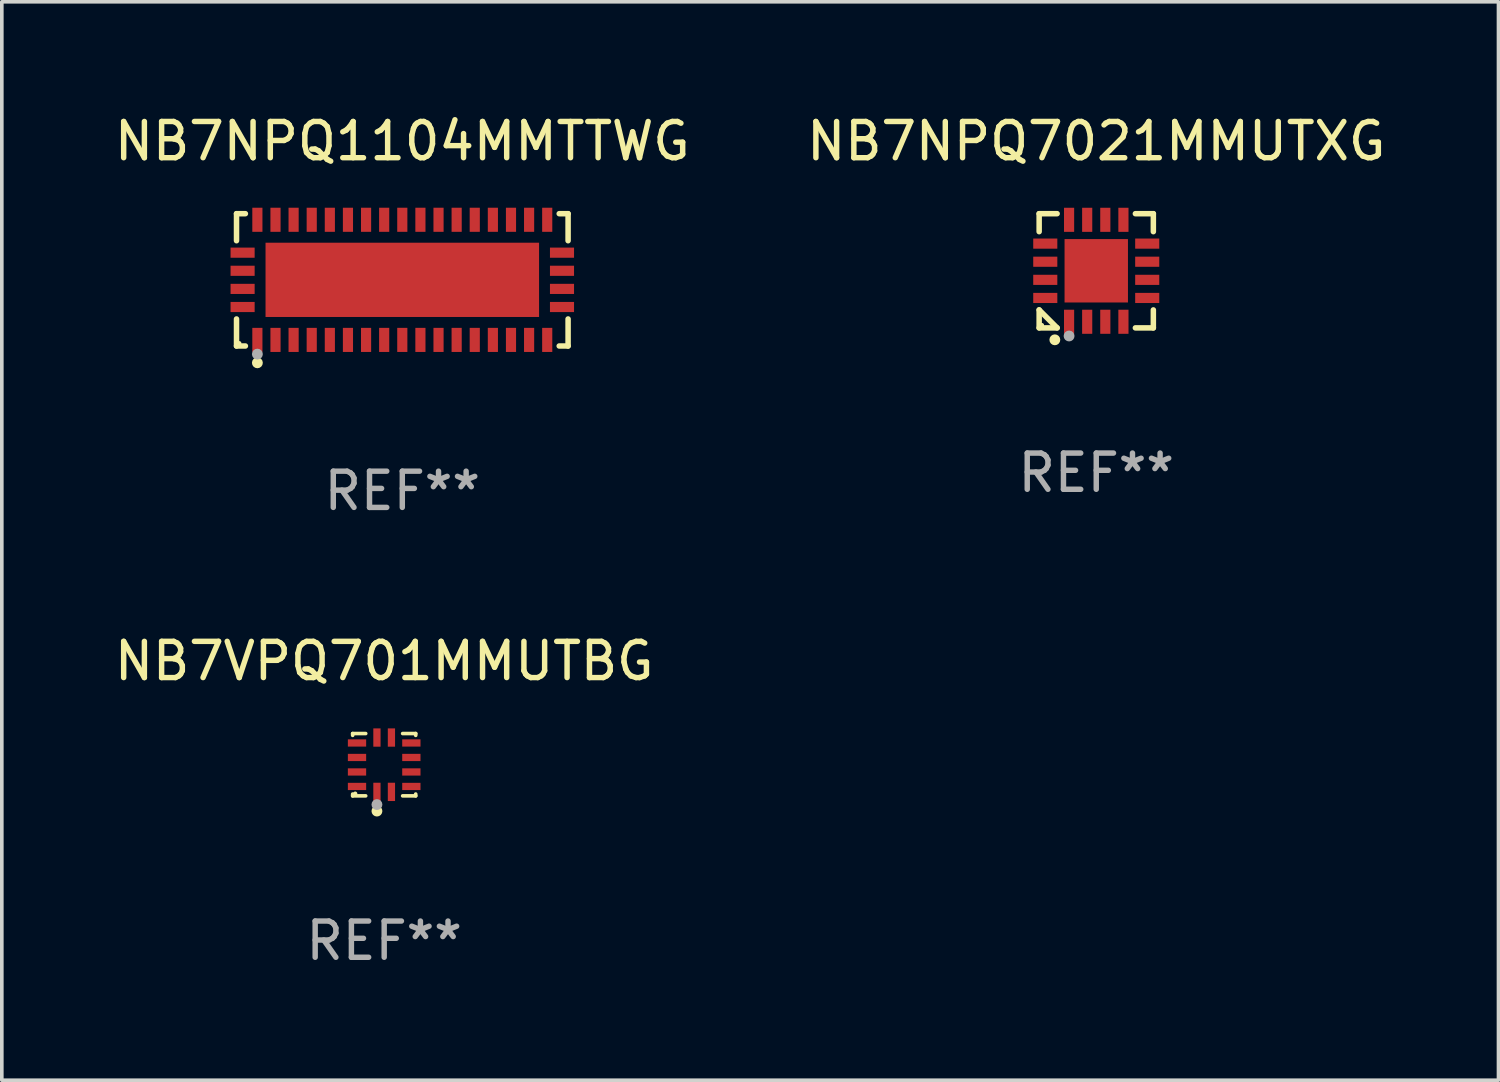
<source format=kicad_pcb>
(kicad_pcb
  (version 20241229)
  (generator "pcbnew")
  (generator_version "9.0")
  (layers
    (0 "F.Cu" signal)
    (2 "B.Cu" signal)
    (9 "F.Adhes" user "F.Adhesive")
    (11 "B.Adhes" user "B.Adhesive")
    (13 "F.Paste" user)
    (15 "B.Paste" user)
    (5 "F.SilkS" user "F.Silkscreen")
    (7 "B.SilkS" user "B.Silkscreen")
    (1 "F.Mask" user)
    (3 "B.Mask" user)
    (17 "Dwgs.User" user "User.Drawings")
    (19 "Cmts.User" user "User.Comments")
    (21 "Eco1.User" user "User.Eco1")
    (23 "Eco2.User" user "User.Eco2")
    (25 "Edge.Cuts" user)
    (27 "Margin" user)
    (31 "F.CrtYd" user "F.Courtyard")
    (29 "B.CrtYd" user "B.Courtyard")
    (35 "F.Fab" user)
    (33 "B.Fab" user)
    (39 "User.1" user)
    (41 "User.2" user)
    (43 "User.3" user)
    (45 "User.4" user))
  (footprint "NB7NPQ1104MMTTWG"
    (layer "F.Cu")
    (at 8.054 4.674)
    (property "Reference" "NB7NPQ1104MMTTWG" (at 0 -3.826 0) (layer "F.SilkS") (effects (font (size 1 1) (thickness 0.15))))
    (attr through_hole)
    (fp_line (start -4.576 -1.826) (end -4.331 -1.826) (stroke (width 0.152) (type solid)) (layer "F.SilkS"))
    (fp_line (start -4.576 -1.08) (end -4.576 -1.826) (stroke (width 0.152) (type solid)) (layer "F.SilkS"))
    (fp_line (start -4.576 1.08) (end -4.576 1.826) (stroke (width 0.152) (type solid)) (layer "F.SilkS"))
    (fp_line (start -4.576 1.826) (end -4.331 1.826) (stroke (width 0.152) (type solid)) (layer "F.SilkS"))
    (fp_line (start 4.576 -1.826) (end 4.331 -1.826) (stroke (width 0.152) (type solid)) (layer "F.SilkS"))
    (fp_line (start 4.576 -1.08) (end 4.576 -1.826) (stroke (width 0.152) (type solid)) (layer "F.SilkS"))
    (fp_line (start 4.576 1.08) (end 4.576 1.826) (stroke (width 0.152) (type solid)) (layer "F.SilkS"))
    (fp_line (start 4.576 1.826) (end 4.331 1.826) (stroke (width 0.152) (type solid)) (layer "F.SilkS"))
    (fp_circle (center -4.5 1.75) (end -4.47 1.75) (stroke (width 0.06) (type solid)) (fill no) (layer "F.SilkS"))
    (fp_circle (center -4 2.29) (end -3.925 2.29) (stroke (width 0.15) (type solid)) (fill no) (layer "F.SilkS"))
    (fp_circle (center -4 2.05) (end -3.925 2.05) (stroke (width 0.15) (type solid)) (fill no) (layer "F.Fab"))
    (fp_text user "REF**" (at 0 5.826 0) (layer "F.Fab") (effects (font (size 1 1) (thickness 0.15))))
    (pad "1" smd rect (at -4 1.658) (size 0.28 0.665) (layers "F.Cu" "F.Mask" "F.Paste"))
    (pad "2" smd rect (at -3.5 1.658) (size 0.28 0.665) (layers "F.Cu" "F.Mask" "F.Paste"))
    (pad "3" smd rect (at -3 1.658) (size 0.28 0.665) (layers "F.Cu" "F.Mask" "F.Paste"))
    (pad "4" smd rect (at -2.5 1.658) (size 0.28 0.665) (layers "F.Cu" "F.Mask" "F.Paste"))
    (pad "5" smd rect (at -2 1.658) (size 0.28 0.665) (layers "F.Cu" "F.Mask" "F.Paste"))
    (pad "6" smd rect (at -1.5 1.658) (size 0.28 0.665) (layers "F.Cu" "F.Mask" "F.Paste"))
    (pad "7" smd rect (at -1 1.658) (size 0.28 0.665) (layers "F.Cu" "F.Mask" "F.Paste"))
    (pad "8" smd rect (at -0.5 1.658) (size 0.28 0.665) (layers "F.Cu" "F.Mask" "F.Paste"))
    (pad "9" smd rect (at 0 1.658) (size 0.28 0.665) (layers "F.Cu" "F.Mask" "F.Paste"))
    (pad "10" smd rect (at 0.5 1.658) (size 0.28 0.665) (layers "F.Cu" "F.Mask" "F.Paste"))
    (pad "11" smd rect (at 1 1.658) (size 0.28 0.665) (layers "F.Cu" "F.Mask" "F.Paste"))
    (pad "12" smd rect (at 1.5 1.658) (size 0.28 0.665) (layers "F.Cu" "F.Mask" "F.Paste"))
    (pad "13" smd rect (at 2 1.658) (size 0.28 0.665) (layers "F.Cu" "F.Mask" "F.Paste"))
    (pad "14" smd rect (at 2.5 1.658) (size 0.28 0.665) (layers "F.Cu" "F.Mask" "F.Paste"))
    (pad "15" smd rect (at 3 1.658) (size 0.28 0.665) (layers "F.Cu" "F.Mask" "F.Paste"))
    (pad "16" smd rect (at 3.5 1.658) (size 0.28 0.665) (layers "F.Cu" "F.Mask" "F.Paste"))
    (pad "17" smd rect (at 4 1.658) (size 0.28 0.665) (layers "F.Cu" "F.Mask" "F.Paste"))
    (pad "18" smd rect (at 4.408 0.75) (size 0.665 0.28) (layers "F.Cu" "F.Mask" "F.Paste"))
    (pad "19" smd rect (at 4.408 0.25) (size 0.665 0.28) (layers "F.Cu" "F.Mask" "F.Paste"))
    (pad "20" smd rect (at 4.408 -0.25) (size 0.665 0.28) (layers "F.Cu" "F.Mask" "F.Paste"))
    (pad "21" smd rect (at 4.408 -0.75) (size 0.665 0.28) (layers "F.Cu" "F.Mask" "F.Paste"))
    (pad "22" smd rect (at 4 -1.658) (size 0.28 0.665) (layers "F.Cu" "F.Mask" "F.Paste"))
    (pad "23" smd rect (at 3.5 -1.658) (size 0.28 0.665) (layers "F.Cu" "F.Mask" "F.Paste"))
    (pad "24" smd rect (at 3 -1.658) (size 0.28 0.665) (layers "F.Cu" "F.Mask" "F.Paste"))
    (pad "25" smd rect (at 2.5 -1.658) (size 0.28 0.665) (layers "F.Cu" "F.Mask" "F.Paste"))
    (pad "26" smd rect (at 2 -1.658) (size 0.28 0.665) (layers "F.Cu" "F.Mask" "F.Paste"))
    (pad "27" smd rect (at 1.5 -1.658) (size 0.28 0.665) (layers "F.Cu" "F.Mask" "F.Paste"))
    (pad "28" smd rect (at 1 -1.658) (size 0.28 0.665) (layers "F.Cu" "F.Mask" "F.Paste"))
    (pad "29" smd rect (at 0.5 -1.658) (size 0.28 0.665) (layers "F.Cu" "F.Mask" "F.Paste"))
    (pad "30" smd rect (at 0 -1.658) (size 0.28 0.665) (layers "F.Cu" "F.Mask" "F.Paste"))
    (pad "31" smd rect (at -0.5 -1.658) (size 0.28 0.665) (layers "F.Cu" "F.Mask" "F.Paste"))
    (pad "32" smd rect (at -1 -1.658) (size 0.28 0.665) (layers "F.Cu" "F.Mask" "F.Paste"))
    (pad "33" smd rect (at -1.5 -1.658) (size 0.28 0.665) (layers "F.Cu" "F.Mask" "F.Paste"))
    (pad "34" smd rect (at -2 -1.658) (size 0.28 0.665) (layers "F.Cu" "F.Mask" "F.Paste"))
    (pad "35" smd rect (at -2.5 -1.658) (size 0.28 0.665) (layers "F.Cu" "F.Mask" "F.Paste"))
    (pad "36" smd rect (at -3 -1.658) (size 0.28 0.665) (layers "F.Cu" "F.Mask" "F.Paste"))
    (pad "37" smd rect (at -3.5 -1.658) (size 0.28 0.665) (layers "F.Cu" "F.Mask" "F.Paste"))
    (pad "38" smd rect (at -4 -1.658) (size 0.28 0.665) (layers "F.Cu" "F.Mask" "F.Paste"))
    (pad "39" smd rect (at -4.408 -0.75) (size 0.665 0.28) (layers "F.Cu" "F.Mask" "F.Paste"))
    (pad "40" smd rect (at -4.408 -0.25) (size 0.665 0.28) (layers "F.Cu" "F.Mask" "F.Paste"))
    (pad "41" smd rect (at -4.408 0.25) (size 0.665 0.28) (layers "F.Cu" "F.Mask" "F.Paste"))
    (pad "42" smd rect (at -4.408 0.75) (size 0.665 0.28) (layers "F.Cu" "F.Mask" "F.Paste"))
    (pad "43" smd rect (at 0 0) (size 7.55 2.05) (layers "F.Cu" "F.Mask" "F.Paste")))
  (footprint "NB7NPQ7021MMUTXG"
    (layer "F.Cu")
    (at 27.208 4.424)
    (property "Reference" "NB7NPQ7021MMUTXG" (at 0 -3.576 0) (layer "F.SilkS") (effects (font (size 1 1) (thickness 0.15))))
    (attr through_hole)
    (fp_line (start -1.576 -1.576) (end -1.08 -1.576) (stroke (width 0.152) (type solid)) (layer "F.SilkS"))
    (fp_line (start -1.576 -1.08) (end -1.576 -1.576) (stroke (width 0.152) (type solid)) (layer "F.SilkS"))
    (fp_line (start -1.576 1.08) (end -1.576 1.576) (stroke (width 0.152) (type solid)) (layer "F.SilkS"))
    (fp_line (start -1.576 1.576) (end -1.08 1.576) (stroke (width 0.152) (type solid)) (layer "F.SilkS"))
    (fp_line (start -1.08 1.576) (end -1.576 1.08) (stroke (width 0.152) (type solid)) (layer "F.SilkS"))
    (fp_line (start 1.576 -1.576) (end 1.08 -1.576) (stroke (width 0.152) (type solid)) (layer "F.SilkS"))
    (fp_line (start 1.576 -1.08) (end 1.576 -1.576) (stroke (width 0.152) (type solid)) (layer "F.SilkS"))
    (fp_line (start 1.576 1.08) (end 1.576 1.576) (stroke (width 0.152) (type solid)) (layer "F.SilkS"))
    (fp_line (start 1.576 1.576) (end 1.08 1.576) (stroke (width 0.152) (type solid)) (layer "F.SilkS"))
    (fp_circle (center -1.5 1.5) (end -1.47 1.5) (stroke (width 0.06) (type solid)) (fill no) (layer "F.SilkS"))
    (fp_circle (center -1.143 1.905) (end -1.068 1.905) (stroke (width 0.15) (type solid)) (fill no) (layer "F.SilkS"))
    (fp_circle (center -0.75 1.8) (end -0.675 1.8) (stroke (width 0.15) (type solid)) (fill no) (layer "F.Fab"))
    (fp_text user "REF**" (at 0 5.576 0) (layer "F.Fab") (effects (font (size 1 1) (thickness 0.15))))
    (pad "1" smd rect (at -0.75 1.407) (size 0.28 0.665) (layers "F.Cu" "F.Mask" "F.Paste"))
    (pad "2" smd rect (at -0.25 1.407) (size 0.28 0.665) (layers "F.Cu" "F.Mask" "F.Paste"))
    (pad "3" smd rect (at 0.25 1.407) (size 0.28 0.665) (layers "F.Cu" "F.Mask" "F.Paste"))
    (pad "4" smd rect (at 0.75 1.407) (size 0.28 0.665) (layers "F.Cu" "F.Mask" "F.Paste"))
    (pad "5" smd rect (at 1.407 0.75) (size 0.665 0.28) (layers "F.Cu" "F.Mask" "F.Paste"))
    (pad "6" smd rect (at 1.407 0.25) (size 0.665 0.28) (layers "F.Cu" "F.Mask" "F.Paste"))
    (pad "7" smd rect (at 1.407 -0.25) (size 0.665 0.28) (layers "F.Cu" "F.Mask" "F.Paste"))
    (pad "8" smd rect (at 1.407 -0.75) (size 0.665 0.28) (layers "F.Cu" "F.Mask" "F.Paste"))
    (pad "9" smd rect (at 0.75 -1.407) (size 0.28 0.665) (layers "F.Cu" "F.Mask" "F.Paste"))
    (pad "10" smd rect (at 0.25 -1.407) (size 0.28 0.665) (layers "F.Cu" "F.Mask" "F.Paste"))
    (pad "11" smd rect (at -0.25 -1.407) (size 0.28 0.665) (layers "F.Cu" "F.Mask" "F.Paste"))
    (pad "12" smd rect (at -0.75 -1.407) (size 0.28 0.665) (layers "F.Cu" "F.Mask" "F.Paste"))
    (pad "13" smd rect (at -1.407 -0.75) (size 0.665 0.28) (layers "F.Cu" "F.Mask" "F.Paste"))
    (pad "14" smd rect (at -1.407 -0.25) (size 0.665 0.28) (layers "F.Cu" "F.Mask" "F.Paste"))
    (pad "15" smd rect (at -1.407 0.25) (size 0.665 0.28) (layers "F.Cu" "F.Mask" "F.Paste"))
    (pad "16" smd rect (at -1.407 0.75) (size 0.665 0.28) (layers "F.Cu" "F.Mask" "F.Paste"))
    (pad "17" smd rect (at 0 0) (size 1.75 1.75) (layers "F.Cu" "F.Mask" "F.Paste")))
  (footprint "NB7VPQ701MMUTBG"
    (layer "F.Cu")
    (at 7.554 18.057)
    (property "Reference" "NB7VPQ701MMUTBG" (at 0 -2.86 0) (layer "F.SilkS") (effects (font (size 1 1) (thickness 0.15))))
    (attr through_hole)
    (fp_line (start -0.87 0.86) (end -0.87 0.81) (stroke (width 0.1) (type solid)) (layer "F.SilkS"))
    (fp_line (start -0.87 -0.86) (end -0.87 -0.81) (stroke (width 0.1) (type solid)) (layer "F.SilkS"))
    (fp_line (start -0.87 -0.86) (end -0.51 -0.86) (stroke (width 0.1) (type solid)) (layer "F.SilkS"))
    (fp_line (start -0.87 0.86) (end -0.51 0.86) (stroke (width 0.1) (type solid)) (layer "F.SilkS"))
    (fp_line (start 0.87 -0.86) (end 0.51 -0.86) (stroke (width 0.1) (type solid)) (layer "F.SilkS"))
    (fp_line (start 0.87 0.86) (end 0.51 0.86) (stroke (width 0.1) (type solid)) (layer "F.SilkS"))
    (fp_line (start 0.87 0.86) (end 0.87 0.81) (stroke (width 0.1) (type solid)) (layer "F.SilkS"))
    (fp_line (start 0.87 -0.86) (end 0.87 -0.81) (stroke (width 0.1) (type solid)) (layer "F.SilkS"))
    (fp_circle (center -0.8 0.8) (end -0.77 0.8) (stroke (width 0.06) (type solid)) (fill no) (layer "F.SilkS"))
    (fp_circle (center -0.2 1.28) (end -0.125 1.28) (stroke (width 0.15) (type solid)) (fill no) (layer "F.SilkS"))
    (fp_circle (center -0.2 1.1) (end -0.125 1.1) (stroke (width 0.15) (type solid)) (fill no) (layer "F.Fab"))
    (fp_text user "REF**" (at 0 4.86 0) (layer "F.Fab") (effects (font (size 1 1) (thickness 0.15))))
    (pad "1" smd rect (at -0.2 0.75) (size 0.2 0.505) (layers "F.Cu" "F.Mask" "F.Paste"))
    (pad "2" smd rect (at 0.2 0.75) (size 0.2 0.505) (layers "F.Cu" "F.Mask" "F.Paste"))
    (pad "3" smd rect (at 0.75 0.6) (size 0.505 0.2) (layers "F.Cu" "F.Mask" "F.Paste"))
    (pad "4" smd rect (at 0.75 0.2) (size 0.505 0.2) (layers "F.Cu" "F.Mask" "F.Paste"))
    (pad "5" smd rect (at 0.75 -0.2) (size 0.505 0.2) (layers "F.Cu" "F.Mask" "F.Paste"))
    (pad "6" smd rect (at 0.75 -0.6) (size 0.505 0.2) (layers "F.Cu" "F.Mask" "F.Paste"))
    (pad "7" smd rect (at 0.2 -0.75) (size 0.2 0.505) (layers "F.Cu" "F.Mask" "F.Paste"))
    (pad "8" smd rect (at -0.2 -0.75) (size 0.2 0.505) (layers "F.Cu" "F.Mask" "F.Paste"))
    (pad "9" smd rect (at -0.75 -0.6) (size 0.505 0.2) (layers "F.Cu" "F.Mask" "F.Paste"))
    (pad "10" smd rect (at -0.75 -0.2) (size 0.505 0.2) (layers "F.Cu" "F.Mask" "F.Paste"))
    (pad "11" smd rect (at -0.75 0.2) (size 0.505 0.2) (layers "F.Cu" "F.Mask" "F.Paste"))
    (pad "12" smd rect (at -0.75 0.6) (size 0.505 0.2) (layers "F.Cu" "F.Mask" "F.Paste")))
  (gr_rect
    (start -3 -3)
    (end 38.31 26.765)
    (stroke (width 0.1) (type default))
    (fill no)
    (layer "Edge.Cuts")))
</source>
